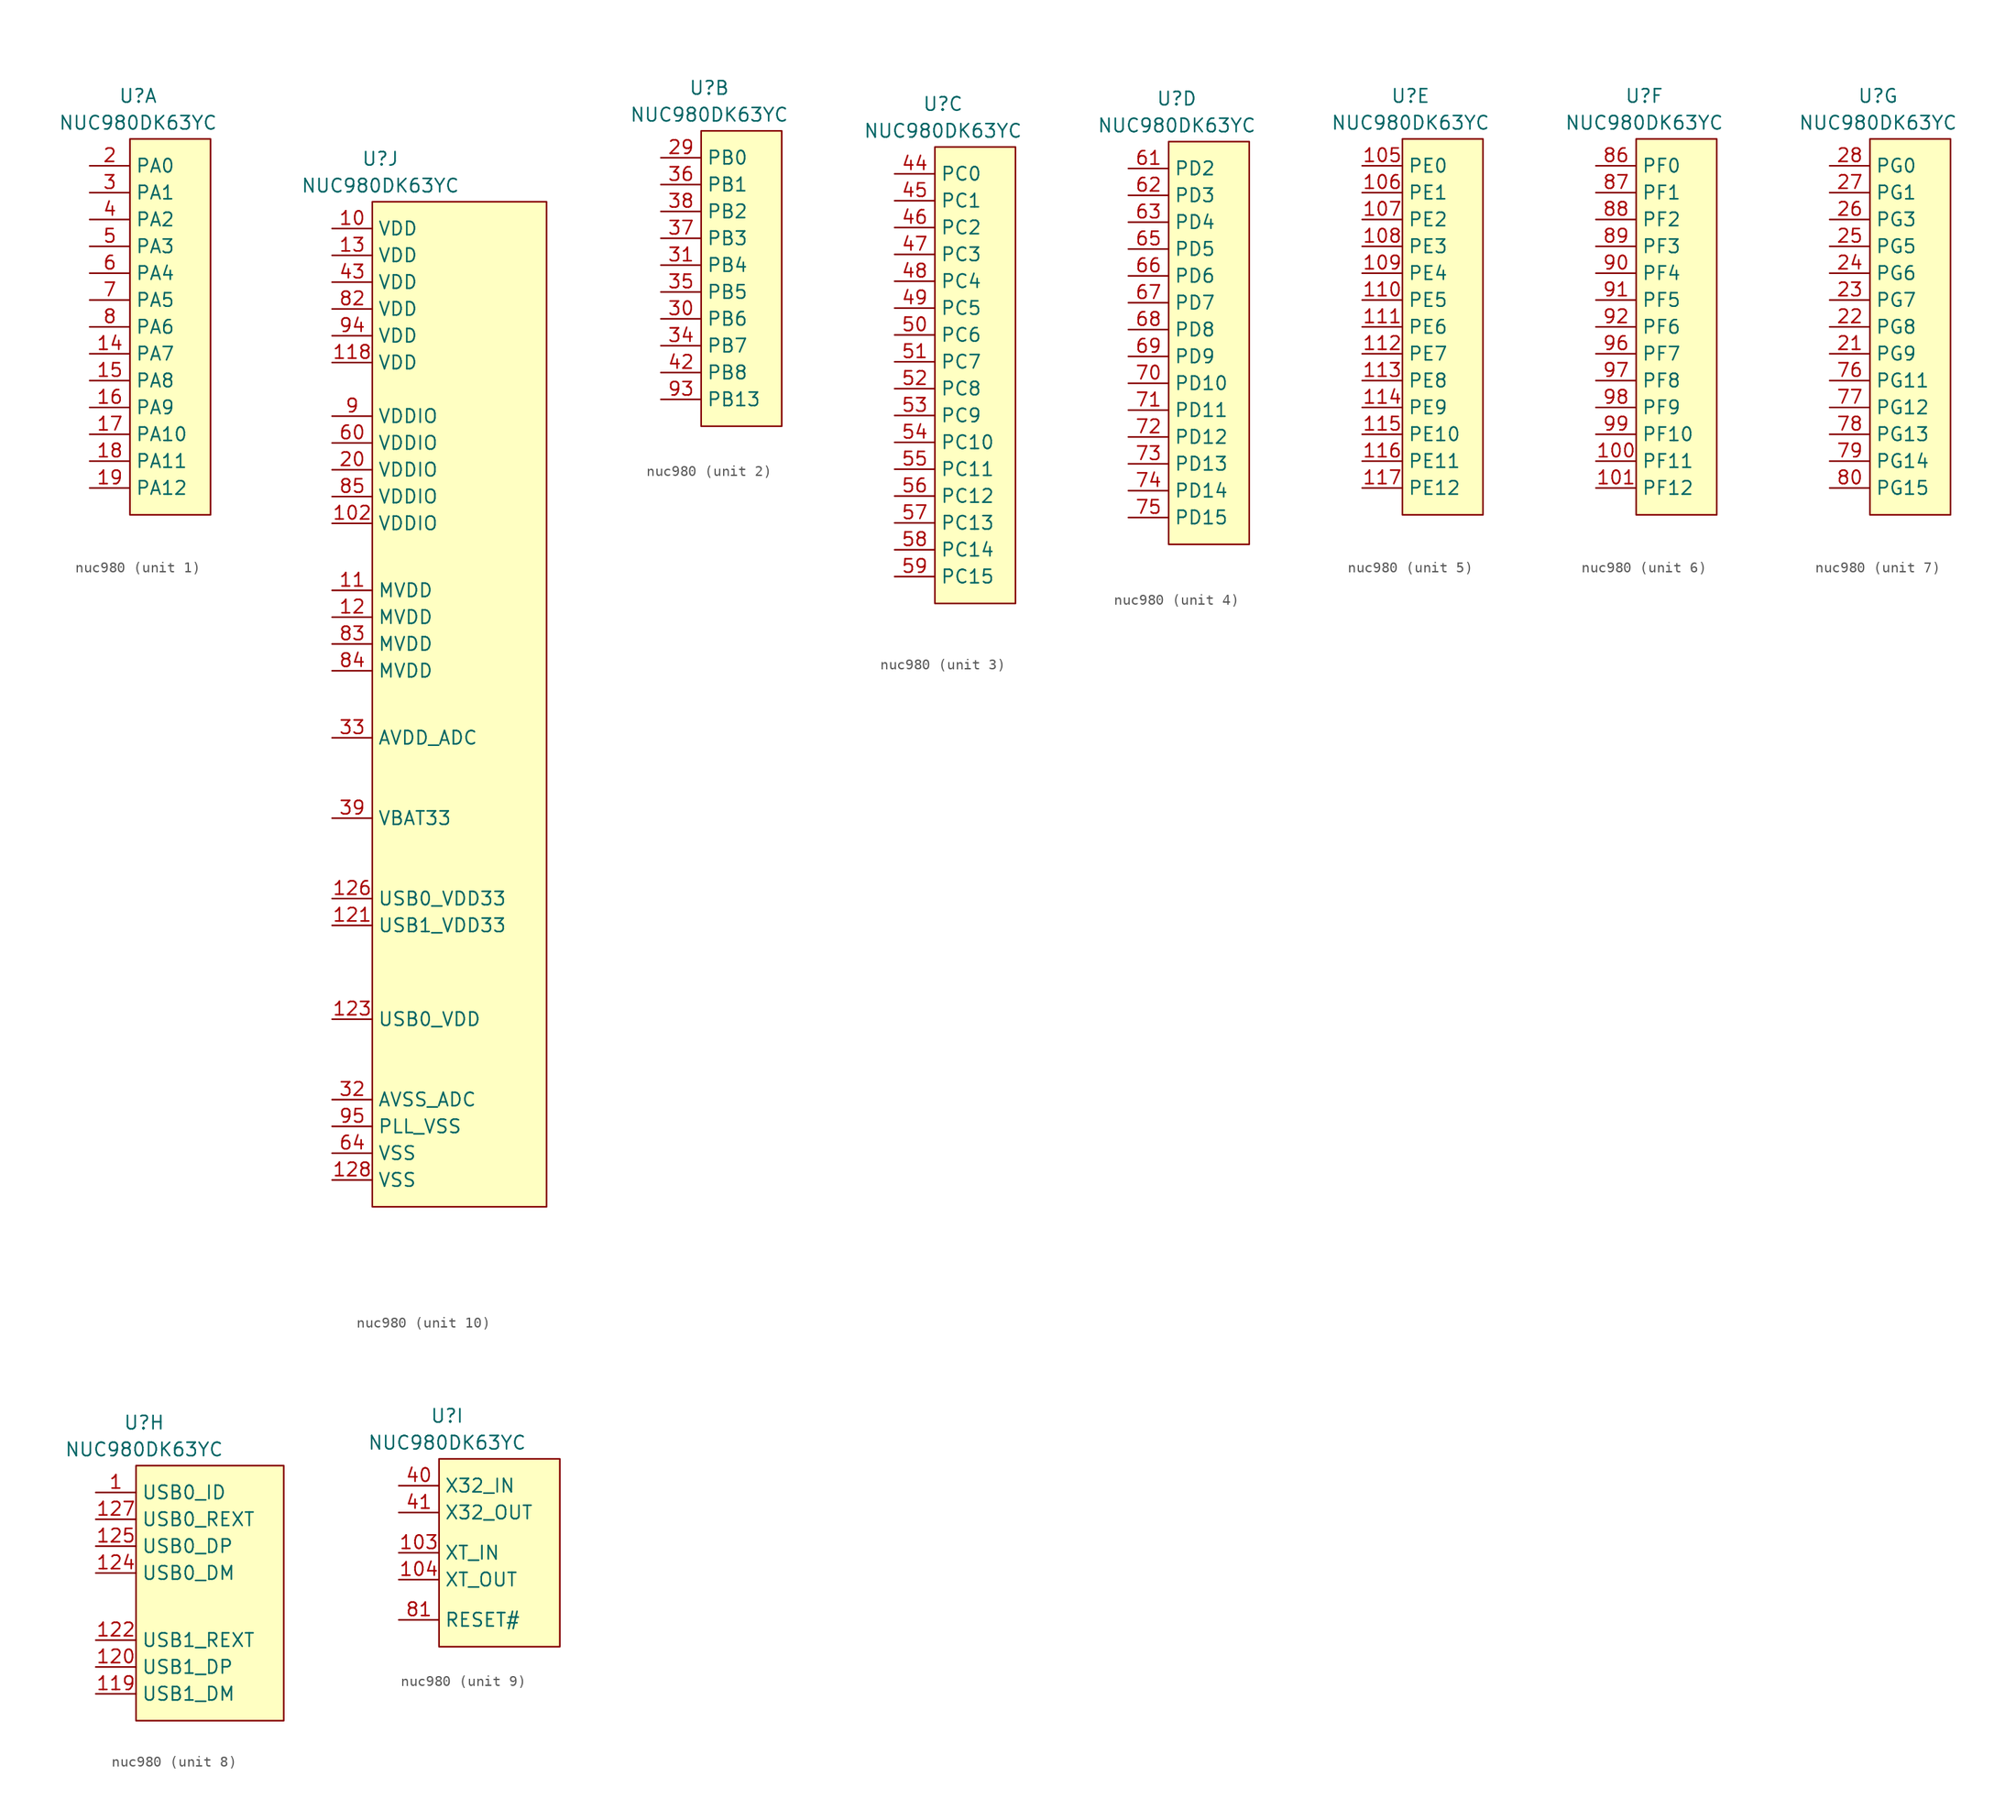
<source format=kicad_sym>
(kicad_symbol_lib
  (version 20241209)
  (generator "kicad_symbol_editor")
  (generator_version "9.0")
  (symbol "nuc980"
    (property "Reference" "U"
      (at 0.762 4.064 0)
      (effects (font (size 1.27 1.27))))
    (property "Value" "NUC980DK63YC"
      (at 0.762 1.524 0)
      (effects (font (size 1.27 1.27))))
    (symbol "nuc980_1_1"
      (rectangle (start 0 0) (end 7.62 -35.56) (stroke (width 0) (type solid)) (fill (type background)))
      (pin passive line (at -3.81 -2.54 0) (length 3.81) (name "PA0" (effects (font (size 1.27 1.27)))) (number "2" (effects (font (size 1.27 1.27)))))
      (pin passive line (at -3.81 -5.08 0) (length 3.81) (name "PA1" (effects (font (size 1.27 1.27)))) (number "3" (effects (font (size 1.27 1.27)))))
      (pin passive line (at -3.81 -7.62 0) (length 3.81) (name "PA2" (effects (font (size 1.27 1.27)))) (number "4" (effects (font (size 1.27 1.27)))))
      (pin passive line (at -3.81 -10.16 0) (length 3.81) (name "PA3" (effects (font (size 1.27 1.27)))) (number "5" (effects (font (size 1.27 1.27)))))
      (pin passive line (at -3.81 -12.7 0) (length 3.81) (name "PA4" (effects (font (size 1.27 1.27)))) (number "6" (effects (font (size 1.27 1.27)))))
      (pin passive line (at -3.81 -15.24 0) (length 3.81) (name "PA5" (effects (font (size 1.27 1.27)))) (number "7" (effects (font (size 1.27 1.27)))))
      (pin passive line (at -3.81 -17.78 0) (length 3.81) (name "PA6" (effects (font (size 1.27 1.27)))) (number "8" (effects (font (size 1.27 1.27)))))
      (pin passive line (at -3.81 -20.32 0) (length 3.81) (name "PA7" (effects (font (size 1.27 1.27)))) (number "14" (effects (font (size 1.27 1.27)))))
      (pin passive line (at -3.81 -22.86 0) (length 3.81) (name "PA8" (effects (font (size 1.27 1.27)))) (number "15" (effects (font (size 1.27 1.27)))))
      (pin passive line (at -3.81 -25.4 0) (length 3.81) (name "PA9" (effects (font (size 1.27 1.27)))) (number "16" (effects (font (size 1.27 1.27)))))
      (pin passive line (at -3.81 -27.94 0) (length 3.81) (name "PA10" (effects (font (size 1.27 1.27)))) (number "17" (effects (font (size 1.27 1.27)))))
      (pin passive line (at -3.81 -30.48 0) (length 3.81) (name "PA11" (effects (font (size 1.27 1.27)))) (number "18" (effects (font (size 1.27 1.27)))))
      (pin passive line (at -3.81 -33.02 0) (length 3.81) (name "PA12" (effects (font (size 1.27 1.27)))) (number "19" (effects (font (size 1.27 1.27))))))
    (symbol "nuc980_2_1"
      (rectangle (start 0 0) (end 7.62 -27.94) (stroke (width 0) (type solid)) (fill (type background)))
      (pin passive line (at -3.81 -2.54 0) (length 3.81) (name "PB0" (effects (font (size 1.27 1.27)))) (number "29" (effects (font (size 1.27 1.27)))))
      (pin passive line (at -3.81 -5.08 0) (length 3.81) (name "PB1" (effects (font (size 1.27 1.27)))) (number "36" (effects (font (size 1.27 1.27)))))
      (pin passive line (at -3.81 -7.62 0) (length 3.81) (name "PB2" (effects (font (size 1.27 1.27)))) (number "38" (effects (font (size 1.27 1.27)))))
      (pin passive line (at -3.81 -10.16 0) (length 3.81) (name "PB3" (effects (font (size 1.27 1.27)))) (number "37" (effects (font (size 1.27 1.27)))))
      (pin passive line (at -3.81 -12.7 0) (length 3.81) (name "PB4" (effects (font (size 1.27 1.27)))) (number "31" (effects (font (size 1.27 1.27)))))
      (pin passive line (at -3.81 -15.24 0) (length 3.81) (name "PB5" (effects (font (size 1.27 1.27)))) (number "35" (effects (font (size 1.27 1.27)))))
      (pin passive line (at -3.81 -17.78 0) (length 3.81) (name "PB6" (effects (font (size 1.27 1.27)))) (number "30" (effects (font (size 1.27 1.27)))))
      (pin passive line (at -3.81 -20.32 0) (length 3.81) (name "PB7" (effects (font (size 1.27 1.27)))) (number "34" (effects (font (size 1.27 1.27)))))
      (pin passive line (at -3.81 -22.86 0) (length 3.81) (name "PB8" (effects (font (size 1.27 1.27)))) (number "42" (effects (font (size 1.27 1.27)))))
      (pin passive line (at -3.81 -25.4 0) (length 3.81) (name "PB13" (effects (font (size 1.27 1.27)))) (number "93" (effects (font (size 1.27 1.27))))))
    (symbol "nuc980_3_1"
      (rectangle (start 0 0) (end 7.62 -43.18) (stroke (width 0) (type solid)) (fill (type background)))
      (pin passive line (at -3.81 -2.54 0) (length 3.81) (name "PC0" (effects (font (size 1.27 1.27)))) (number "44" (effects (font (size 1.27 1.27)))))
      (pin passive line (at -3.81 -5.08 0) (length 3.81) (name "PC1" (effects (font (size 1.27 1.27)))) (number "45" (effects (font (size 1.27 1.27)))))
      (pin passive line (at -3.81 -7.62 0) (length 3.81) (name "PC2" (effects (font (size 1.27 1.27)))) (number "46" (effects (font (size 1.27 1.27)))))
      (pin passive line (at -3.81 -10.16 0) (length 3.81) (name "PC3" (effects (font (size 1.27 1.27)))) (number "47" (effects (font (size 1.27 1.27)))))
      (pin passive line (at -3.81 -12.7 0) (length 3.81) (name "PC4" (effects (font (size 1.27 1.27)))) (number "48" (effects (font (size 1.27 1.27)))))
      (pin passive line (at -3.81 -15.24 0) (length 3.81) (name "PC5" (effects (font (size 1.27 1.27)))) (number "49" (effects (font (size 1.27 1.27)))))
      (pin passive line (at -3.81 -17.78 0) (length 3.81) (name "PC6" (effects (font (size 1.27 1.27)))) (number "50" (effects (font (size 1.27 1.27)))))
      (pin passive line (at -3.81 -20.32 0) (length 3.81) (name "PC7" (effects (font (size 1.27 1.27)))) (number "51" (effects (font (size 1.27 1.27)))))
      (pin passive line (at -3.81 -22.86 0) (length 3.81) (name "PC8" (effects (font (size 1.27 1.27)))) (number "52" (effects (font (size 1.27 1.27)))))
      (pin passive line (at -3.81 -25.4 0) (length 3.81) (name "PC9" (effects (font (size 1.27 1.27)))) (number "53" (effects (font (size 1.27 1.27)))))
      (pin passive line (at -3.81 -27.94 0) (length 3.81) (name "PC10" (effects (font (size 1.27 1.27)))) (number "54" (effects (font (size 1.27 1.27)))))
      (pin passive line (at -3.81 -30.48 0) (length 3.81) (name "PC11" (effects (font (size 1.27 1.27)))) (number "55" (effects (font (size 1.27 1.27)))))
      (pin passive line (at -3.81 -33.02 0) (length 3.81) (name "PC12" (effects (font (size 1.27 1.27)))) (number "56" (effects (font (size 1.27 1.27)))))
      (pin passive line (at -3.81 -35.56 0) (length 3.81) (name "PC13" (effects (font (size 1.27 1.27)))) (number "57" (effects (font (size 1.27 1.27)))))
      (pin passive line (at -3.81 -38.1 0) (length 3.81) (name "PC14" (effects (font (size 1.27 1.27)))) (number "58" (effects (font (size 1.27 1.27)))))
      (pin passive line (at -3.81 -40.64 0) (length 3.81) (name "PC15" (effects (font (size 1.27 1.27)))) (number "59" (effects (font (size 1.27 1.27))))))
    (symbol "nuc980_4_1"
      (rectangle (start 0 0) (end 7.62 -38.1) (stroke (width 0) (type solid)) (fill (type background)))
      (pin passive line (at -3.81 -2.54 0) (length 3.81) (name "PD2" (effects (font (size 1.27 1.27)))) (number "61" (effects (font (size 1.27 1.27)))))
      (pin passive line (at -3.81 -5.08 0) (length 3.81) (name "PD3" (effects (font (size 1.27 1.27)))) (number "62" (effects (font (size 1.27 1.27)))))
      (pin passive line (at -3.81 -7.62 0) (length 3.81) (name "PD4" (effects (font (size 1.27 1.27)))) (number "63" (effects (font (size 1.27 1.27)))))
      (pin passive line (at -3.81 -10.16 0) (length 3.81) (name "PD5" (effects (font (size 1.27 1.27)))) (number "65" (effects (font (size 1.27 1.27)))))
      (pin passive line (at -3.81 -12.7 0) (length 3.81) (name "PD6" (effects (font (size 1.27 1.27)))) (number "66" (effects (font (size 1.27 1.27)))))
      (pin passive line (at -3.81 -15.24 0) (length 3.81) (name "PD7" (effects (font (size 1.27 1.27)))) (number "67" (effects (font (size 1.27 1.27)))))
      (pin passive line (at -3.81 -17.78 0) (length 3.81) (name "PD8" (effects (font (size 1.27 1.27)))) (number "68" (effects (font (size 1.27 1.27)))))
      (pin passive line (at -3.81 -20.32 0) (length 3.81) (name "PD9" (effects (font (size 1.27 1.27)))) (number "69" (effects (font (size 1.27 1.27)))))
      (pin passive line (at -3.81 -22.86 0) (length 3.81) (name "PD10" (effects (font (size 1.27 1.27)))) (number "70" (effects (font (size 1.27 1.27)))))
      (pin passive line (at -3.81 -25.4 0) (length 3.81) (name "PD11" (effects (font (size 1.27 1.27)))) (number "71" (effects (font (size 1.27 1.27)))))
      (pin passive line (at -3.81 -27.94 0) (length 3.81) (name "PD12" (effects (font (size 1.27 1.27)))) (number "72" (effects (font (size 1.27 1.27)))))
      (pin passive line (at -3.81 -30.48 0) (length 3.81) (name "PD13" (effects (font (size 1.27 1.27)))) (number "73" (effects (font (size 1.27 1.27)))))
      (pin passive line (at -3.81 -33.02 0) (length 3.81) (name "PD14" (effects (font (size 1.27 1.27)))) (number "74" (effects (font (size 1.27 1.27)))))
      (pin passive line (at -3.81 -35.56 0) (length 3.81) (name "PD15" (effects (font (size 1.27 1.27)))) (number "75" (effects (font (size 1.27 1.27))))))
    (symbol "nuc980_5_1"
      (rectangle (start 0 0) (end 7.62 -35.56) (stroke (width 0) (type solid)) (fill (type background)))
      (pin passive line (at -3.81 -2.54 0) (length 3.81) (name "PE0" (effects (font (size 1.27 1.27)))) (number "105" (effects (font (size 1.27 1.27)))))
      (pin passive line (at -3.81 -5.08 0) (length 3.81) (name "PE1" (effects (font (size 1.27 1.27)))) (number "106" (effects (font (size 1.27 1.27)))))
      (pin passive line (at -3.81 -7.62 0) (length 3.81) (name "PE2" (effects (font (size 1.27 1.27)))) (number "107" (effects (font (size 1.27 1.27)))))
      (pin passive line (at -3.81 -10.16 0) (length 3.81) (name "PE3" (effects (font (size 1.27 1.27)))) (number "108" (effects (font (size 1.27 1.27)))))
      (pin passive line (at -3.81 -12.7 0) (length 3.81) (name "PE4" (effects (font (size 1.27 1.27)))) (number "109" (effects (font (size 1.27 1.27)))))
      (pin passive line (at -3.81 -15.24 0) (length 3.81) (name "PE5" (effects (font (size 1.27 1.27)))) (number "110" (effects (font (size 1.27 1.27)))))
      (pin passive line (at -3.81 -17.78 0) (length 3.81) (name "PE6" (effects (font (size 1.27 1.27)))) (number "111" (effects (font (size 1.27 1.27)))))
      (pin passive line (at -3.81 -20.32 0) (length 3.81) (name "PE7" (effects (font (size 1.27 1.27)))) (number "112" (effects (font (size 1.27 1.27)))))
      (pin passive line (at -3.81 -22.86 0) (length 3.81) (name "PE8" (effects (font (size 1.27 1.27)))) (number "113" (effects (font (size 1.27 1.27)))))
      (pin passive line (at -3.81 -25.4 0) (length 3.81) (name "PE9" (effects (font (size 1.27 1.27)))) (number "114" (effects (font (size 1.27 1.27)))))
      (pin passive line (at -3.81 -27.94 0) (length 3.81) (name "PE10" (effects (font (size 1.27 1.27)))) (number "115" (effects (font (size 1.27 1.27)))))
      (pin passive line (at -3.81 -30.48 0) (length 3.81) (name "PE11" (effects (font (size 1.27 1.27)))) (number "116" (effects (font (size 1.27 1.27)))))
      (pin passive line (at -3.81 -33.02 0) (length 3.81) (name "PE12" (effects (font (size 1.27 1.27)))) (number "117" (effects (font (size 1.27 1.27))))))
    (symbol "nuc980_6_1"
      (rectangle (start 0 0) (end 7.62 -35.56) (stroke (width 0) (type solid)) (fill (type background)))
      (pin passive line (at -3.81 -2.54 0) (length 3.81) (name "PF0" (effects (font (size 1.27 1.27)))) (number "86" (effects (font (size 1.27 1.27)))))
      (pin passive line (at -3.81 -5.08 0) (length 3.81) (name "PF1" (effects (font (size 1.27 1.27)))) (number "87" (effects (font (size 1.27 1.27)))))
      (pin passive line (at -3.81 -7.62 0) (length 3.81) (name "PF2" (effects (font (size 1.27 1.27)))) (number "88" (effects (font (size 1.27 1.27)))))
      (pin passive line (at -3.81 -10.16 0) (length 3.81) (name "PF3" (effects (font (size 1.27 1.27)))) (number "89" (effects (font (size 1.27 1.27)))))
      (pin passive line (at -3.81 -12.7 0) (length 3.81) (name "PF4" (effects (font (size 1.27 1.27)))) (number "90" (effects (font (size 1.27 1.27)))))
      (pin passive line (at -3.81 -15.24 0) (length 3.81) (name "PF5" (effects (font (size 1.27 1.27)))) (number "91" (effects (font (size 1.27 1.27)))))
      (pin passive line (at -3.81 -17.78 0) (length 3.81) (name "PF6" (effects (font (size 1.27 1.27)))) (number "92" (effects (font (size 1.27 1.27)))))
      (pin passive line (at -3.81 -20.32 0) (length 3.81) (name "PF7" (effects (font (size 1.27 1.27)))) (number "96" (effects (font (size 1.27 1.27)))))
      (pin passive line (at -3.81 -22.86 0) (length 3.81) (name "PF8" (effects (font (size 1.27 1.27)))) (number "97" (effects (font (size 1.27 1.27)))))
      (pin passive line (at -3.81 -25.4 0) (length 3.81) (name "PF9" (effects (font (size 1.27 1.27)))) (number "98" (effects (font (size 1.27 1.27)))))
      (pin passive line (at -3.81 -27.94 0) (length 3.81) (name "PF10" (effects (font (size 1.27 1.27)))) (number "99" (effects (font (size 1.27 1.27)))))
      (pin passive line (at -3.81 -30.48 0) (length 3.81) (name "PF11" (effects (font (size 1.27 1.27)))) (number "100" (effects (font (size 1.27 1.27)))))
      (pin passive line (at -3.81 -33.02 0) (length 3.81) (name "PF12" (effects (font (size 1.27 1.27)))) (number "101" (effects (font (size 1.27 1.27))))))
    (symbol "nuc980_7_1"
      (rectangle (start 0 0) (end 7.62 -35.56) (stroke (width 0) (type solid)) (fill (type background)))
      (pin passive line (at -3.81 -2.54 0) (length 3.81) (name "PG0" (effects (font (size 1.27 1.27)))) (number "28" (effects (font (size 1.27 1.27)))))
      (pin passive line (at -3.81 -5.08 0) (length 3.81) (name "PG1" (effects (font (size 1.27 1.27)))) (number "27" (effects (font (size 1.27 1.27)))))
      (pin passive line (at -3.81 -7.62 0) (length 3.81) (name "PG3" (effects (font (size 1.27 1.27)))) (number "26" (effects (font (size 1.27 1.27)))))
      (pin passive line (at -3.81 -10.16 0) (length 3.81) (name "PG5" (effects (font (size 1.27 1.27)))) (number "25" (effects (font (size 1.27 1.27)))))
      (pin passive line (at -3.81 -12.7 0) (length 3.81) (name "PG6" (effects (font (size 1.27 1.27)))) (number "24" (effects (font (size 1.27 1.27)))))
      (pin passive line (at -3.81 -15.24 0) (length 3.81) (name "PG7" (effects (font (size 1.27 1.27)))) (number "23" (effects (font (size 1.27 1.27)))))
      (pin passive line (at -3.81 -17.78 0) (length 3.81) (name "PG8" (effects (font (size 1.27 1.27)))) (number "22" (effects (font (size 1.27 1.27)))))
      (pin passive line (at -3.81 -20.32 0) (length 3.81) (name "PG9" (effects (font (size 1.27 1.27)))) (number "21" (effects (font (size 1.27 1.27)))))
      (pin passive line (at -3.81 -22.86 0) (length 3.81) (name "PG11" (effects (font (size 1.27 1.27)))) (number "76" (effects (font (size 1.27 1.27)))))
      (pin passive line (at -3.81 -25.4 0) (length 3.81) (name "PG12" (effects (font (size 1.27 1.27)))) (number "77" (effects (font (size 1.27 1.27)))))
      (pin passive line (at -3.81 -27.94 0) (length 3.81) (name "PG13" (effects (font (size 1.27 1.27)))) (number "78" (effects (font (size 1.27 1.27)))))
      (pin passive line (at -3.81 -30.48 0) (length 3.81) (name "PG14" (effects (font (size 1.27 1.27)))) (number "79" (effects (font (size 1.27 1.27)))))
      (pin passive line (at -3.81 -33.02 0) (length 3.81) (name "PG15" (effects (font (size 1.27 1.27)))) (number "80" (effects (font (size 1.27 1.27))))))
    (symbol "nuc980_8_1"
      (rectangle (start 0 0) (end 13.97 -24.13) (stroke (width 0) (type solid)) (fill (type background)))
      (pin passive line (at -3.81 -2.54 0) (length 3.81) (name "USB0_ID" (effects (font (size 1.27 1.27)))) (number "1" (effects (font (size 1.27 1.27)))))
      (pin passive line (at -3.81 -5.08 0) (length 3.81) (name "USB0_REXT" (effects (font (size 1.27 1.27)))) (number "127" (effects (font (size 1.27 1.27)))))
      (pin passive line (at -3.81 -7.62 0) (length 3.81) (name "USB0_DP" (effects (font (size 1.27 1.27)))) (number "125" (effects (font (size 1.27 1.27)))))
      (pin passive line (at -3.81 -10.16 0) (length 3.81) (name "USB0_DM" (effects (font (size 1.27 1.27)))) (number "124" (effects (font (size 1.27 1.27)))))
      (pin passive line (at -3.81 -16.51 0) (length 3.81) (name "USB1_REXT" (effects (font (size 1.27 1.27)))) (number "122" (effects (font (size 1.27 1.27)))))
      (pin passive line (at -3.81 -19.05 0) (length 3.81) (name "USB1_DP" (effects (font (size 1.27 1.27)))) (number "120" (effects (font (size 1.27 1.27)))))
      (pin passive line (at -3.81 -21.59 0) (length 3.81) (name "USB1_DM" (effects (font (size 1.27 1.27)))) (number "119" (effects (font (size 1.27 1.27))))))
    (symbol "nuc980_9_1"
      (rectangle (start 0 0) (end 11.43 -17.78) (stroke (width 0) (type solid)) (fill (type background)))
      (pin passive line (at -3.81 -2.54 0) (length 3.81) (name "X32_IN" (effects (font (size 1.27 1.27)))) (number "40" (effects (font (size 1.27 1.27)))))
      (pin passive line (at -3.81 -5.08 0) (length 3.81) (name "X32_OUT" (effects (font (size 1.27 1.27)))) (number "41" (effects (font (size 1.27 1.27)))))
      (pin passive line (at -3.81 -8.89 0) (length 3.81) (name "XT_IN" (effects (font (size 1.27 1.27)))) (number "103" (effects (font (size 1.27 1.27)))))
      (pin passive line (at -3.81 -11.43 0) (length 3.81) (name "XT_OUT" (effects (font (size 1.27 1.27)))) (number "104" (effects (font (size 1.27 1.27)))))
      (pin passive line (at -3.81 -15.24 0) (length 3.81) (name "RESET#" (effects (font (size 1.27 1.27)))) (number "81" (effects (font (size 1.27 1.27))))))
    (symbol "nuc980_10_1"
      (rectangle (start 0 0) (end 16.51 -95.25) (stroke (width 0) (type solid)) (fill (type background)))
      (pin power_in line (at -3.81 -2.54 0) (length 3.81) (name "VDD" (effects (font (size 1.27 1.27)))) (number "10" (effects (font (size 1.27 1.27)))))
      (pin power_in line (at -3.81 -5.08 0) (length 3.81) (name "VDD" (effects (font (size 1.27 1.27)))) (number "13" (effects (font (size 1.27 1.27)))))
      (pin power_in line (at -3.81 -7.62 0) (length 3.81) (name "VDD" (effects (font (size 1.27 1.27)))) (number "43" (effects (font (size 1.27 1.27)))))
      (pin power_in line (at -3.81 -10.16 0) (length 3.81) (name "VDD" (effects (font (size 1.27 1.27)))) (number "82" (effects (font (size 1.27 1.27)))))
      (pin power_in line (at -3.81 -12.7 0) (length 3.81) (name "VDD" (effects (font (size 1.27 1.27)))) (number "94" (effects (font (size 1.27 1.27)))))
      (pin power_in line (at -3.81 -15.24 0) (length 3.81) (name "VDD" (effects (font (size 1.27 1.27)))) (number "118" (effects (font (size 1.27 1.27)))))
      (pin power_in line (at -3.81 -20.32 0) (length 3.81) (name "VDDIO" (effects (font (size 1.27 1.27)))) (number "9" (effects (font (size 1.27 1.27)))))
      (pin power_in line (at -3.81 -22.86 0) (length 3.81) (name "VDDIO" (effects (font (size 1.27 1.27)))) (number "60" (effects (font (size 1.27 1.27)))))
      (pin power_in line (at -3.81 -25.4 0) (length 3.81) (name "VDDIO" (effects (font (size 1.27 1.27)))) (number "20" (effects (font (size 1.27 1.27)))))
      (pin power_in line (at -3.81 -27.94 0) (length 3.81) (name "VDDIO" (effects (font (size 1.27 1.27)))) (number "85" (effects (font (size 1.27 1.27)))))
      (pin power_in line (at -3.81 -30.48 0) (length 3.81) (name "VDDIO" (effects (font (size 1.27 1.27)))) (number "102" (effects (font (size 1.27 1.27)))))
      (pin power_in line (at -3.81 -36.83 0) (length 3.81) (name "MVDD" (effects (font (size 1.27 1.27)))) (number "11" (effects (font (size 1.27 1.27)))))
      (pin power_in line (at -3.81 -39.37 0) (length 3.81) (name "MVDD" (effects (font (size 1.27 1.27)))) (number "12" (effects (font (size 1.27 1.27)))))
      (pin power_in line (at -3.81 -41.91 0) (length 3.81) (name "MVDD" (effects (font (size 1.27 1.27)))) (number "83" (effects (font (size 1.27 1.27)))))
      (pin power_in line (at -3.81 -44.45 0) (length 3.81) (name "MVDD" (effects (font (size 1.27 1.27)))) (number "84" (effects (font (size 1.27 1.27)))))
      (pin power_in line (at -3.81 -50.8 0) (length 3.81) (name "AVDD_ADC" (effects (font (size 1.27 1.27)))) (number "33" (effects (font (size 1.27 1.27)))))
      (pin power_in line (at -3.81 -58.42 0) (length 3.81) (name "VBAT33" (effects (font (size 1.27 1.27)))) (number "39" (effects (font (size 1.27 1.27)))))
      (pin passive line (at -3.81 -66.04 0) (length 3.81) (name "USB0_VDD33" (effects (font (size 1.27 1.27)))) (number "126" (effects (font (size 1.27 1.27)))))
      (pin passive line (at -3.81 -68.58 0) (length 3.81) (name "USB1_VDD33" (effects (font (size 1.27 1.27)))) (number "121" (effects (font (size 1.27 1.27)))))
      (pin passive line (at -3.81 -77.47 0) (length 3.81) (name "USB0_VDD" (effects (font (size 1.27 1.27)))) (number "123" (effects (font (size 1.27 1.27)))))
      (pin power_in line (at -3.81 -85.09 0) (length 3.81) (name "AVSS_ADC" (effects (font (size 1.27 1.27)))) (number "32" (effects (font (size 1.27 1.27)))))
      (pin passive line (at -3.81 -87.63 0) (length 3.81) (name "PLL_VSS" (effects (font (size 1.27 1.27)))) (number "95" (effects (font (size 1.27 1.27)))))
      (pin power_in line (at -3.81 -90.17 0) (length 3.81) (name "VSS" (effects (font (size 1.27 1.27)))) (number "64" (effects (font (size 1.27 1.27)))))
      (pin power_in line (at -3.81 -92.71 0) (length 3.81) (name "VSS" (effects (font (size 1.27 1.27)))) (number "128" (effects (font (size 1.27 1.27))))))))
</source>
